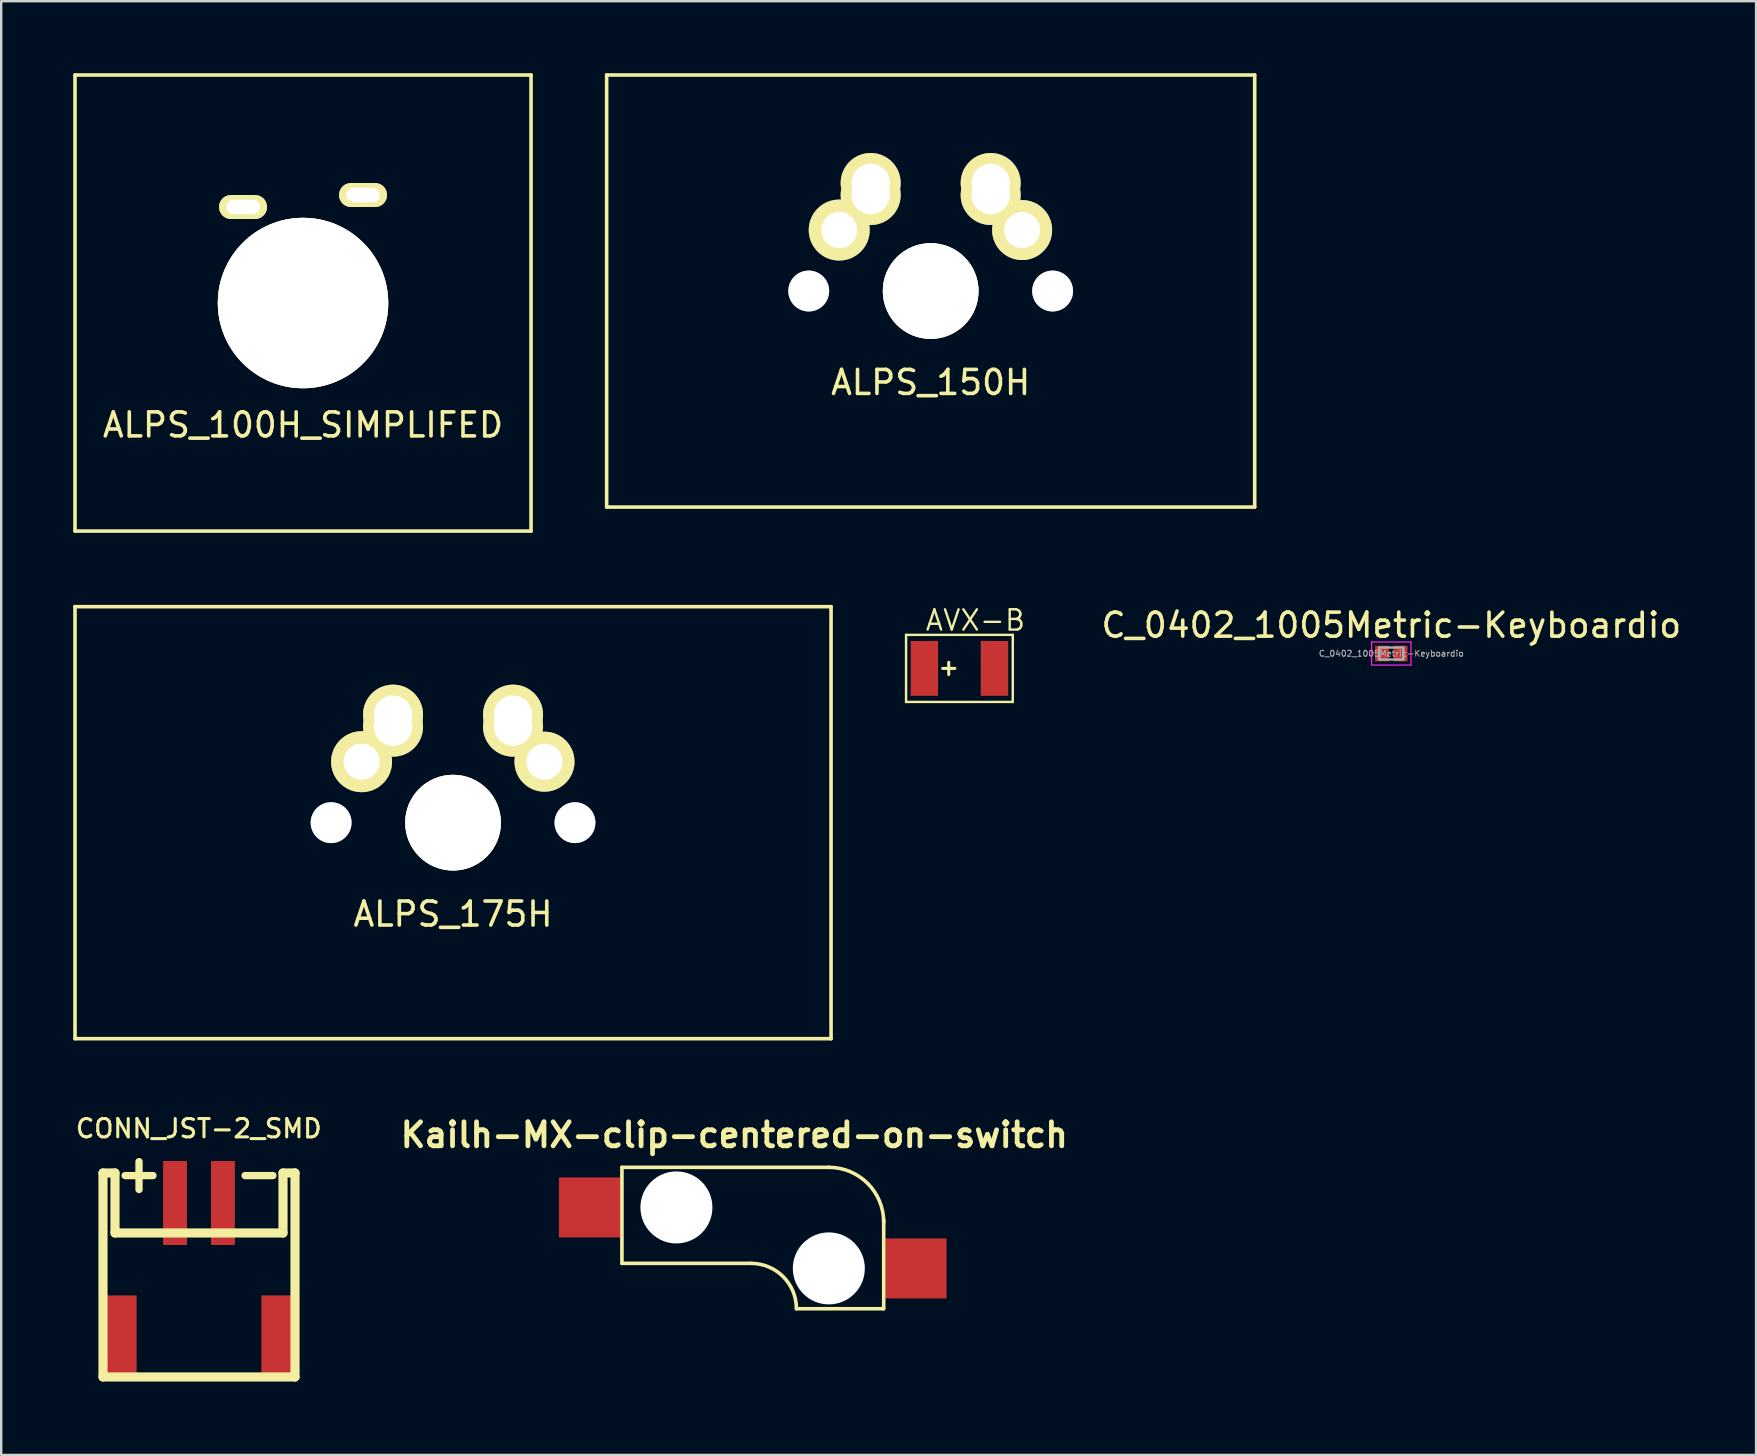
<source format=kicad_pcb>
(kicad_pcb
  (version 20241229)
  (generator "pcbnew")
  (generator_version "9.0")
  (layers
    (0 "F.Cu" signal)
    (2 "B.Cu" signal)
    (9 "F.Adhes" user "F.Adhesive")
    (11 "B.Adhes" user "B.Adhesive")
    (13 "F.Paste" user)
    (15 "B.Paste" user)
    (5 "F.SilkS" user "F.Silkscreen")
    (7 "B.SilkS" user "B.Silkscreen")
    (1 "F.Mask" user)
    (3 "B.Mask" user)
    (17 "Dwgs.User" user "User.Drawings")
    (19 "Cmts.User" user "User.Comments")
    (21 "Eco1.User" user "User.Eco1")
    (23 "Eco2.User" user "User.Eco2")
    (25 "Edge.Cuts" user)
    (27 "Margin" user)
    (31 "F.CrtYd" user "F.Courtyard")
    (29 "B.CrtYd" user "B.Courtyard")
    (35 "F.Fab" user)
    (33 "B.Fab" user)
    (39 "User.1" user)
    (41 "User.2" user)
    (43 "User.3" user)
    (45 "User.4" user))
  (footprint "ALPS_175H"
    (layer "F.Cu")
    (at 15.825 31.225)
    (property "Reference" "ALPS_175H" (at 0 3.81 0) (layer "F.SilkS") (effects (font (size 1 1) (thickness 0.15))))
    (attr through_hole)
    (fp_line (start -15.75 9) (end -15.75 -9) (stroke (width 0.15) (type solid)) (layer "F.SilkS"))
    (fp_line (start -15.75 9) (end 15.75 9) (stroke (width 0.15) (type solid)) (layer "F.SilkS"))
    (fp_line (start 15.75 -9) (end -15.75 -9) (stroke (width 0.15) (type solid)) (layer "F.SilkS"))
    (fp_line (start 15.75 -9) (end 15.75 9) (stroke (width 0.15) (type solid)) (layer "F.SilkS"))
    (fp_line (start -7.75 -6.4) (end 7.75 -6.4) (stroke (width 0.15) (type solid)) (layer "Eco1.User"))
    (fp_line (start -7.75 6.4) (end -7.75 -6.4) (stroke (width 0.15) (type solid)) (layer "Eco1.User"))
    (fp_line (start 7.75 -6.4) (end 7.75 6.4) (stroke (width 0.15) (type solid)) (layer "Eco1.User"))
    (fp_line (start 7.75 6.4) (end -7.75 6.4) (stroke (width 0.15) (type solid)) (layer "Eco1.User"))
    (pad "0" thru_hole circle (at -5.08 0) (size 1.702 1.702) (drill 1.702) (layers "*.Cu"))
    (pad "0" thru_hole circle (at 0 0) (size 3.988 3.988) (drill 3.987) (layers "*.Cu" "*.Mask" "F.SilkS"))
    (pad "0" thru_hole circle (at 5.08 0) (size 1.702 1.702) (drill 1.702) (layers "*.Cu"))
    (pad "1" thru_hole circle (at 2.5 -4.5) (size 2.5 2.5) (drill 1.6) (layers "*.Cu" "*.Mask" "F.SilkS"))
    (pad "1" thru_hole circle (at 2.5 -4) (size 2.5 2.5) (drill 1.6) (layers "*.Cu" "*.Mask" "F.SilkS"))
    (pad "1" thru_hole circle (at 3.81 -2.54) (size 2.5 2.5) (drill 1.5) (layers "*.Cu" "*.Mask" "F.SilkS"))
    (pad "2" thru_hole circle (at -3.81 -2.54) (size 2.54 2.54) (drill 1.5) (layers "*.Cu" "*.Mask" "F.SilkS"))
    (pad "2" thru_hole circle (at -2.5 -4.5) (size 2.5 2.5) (drill 1.6) (layers "*.Cu" "*.Mask" "F.SilkS"))
    (pad "2" thru_hole circle (at -2.5 -4) (size 2.5 2.5) (drill 1.6) (layers "*.Cu" "*.Mask" "F.SilkS")))
  (footprint "CONN_JST-2_SMD"
    (layer "F.Cu")
    (at 5.241 54.319)
    (property "Reference" "CONN_JST-2_SMD" (at -0.01 -10.35 0) (layer "F.SilkS") (effects (font (size 0.762 0.762) (thickness 0.127))))
    (attr through_hole)
    (fp_line (start -4 -8.499) (end -4 0) (stroke (width 0.381) (type solid)) (layer "F.SilkS"))
    (fp_line (start -4 0) (end 4 0) (stroke (width 0.381) (type solid)) (layer "F.SilkS"))
    (fp_line (start -3.5 -8.499) (end -4 -8.499) (stroke (width 0.381) (type solid)) (layer "F.SilkS"))
    (fp_line (start -3.5 -5.999) (end -3.5 -8.499) (stroke (width 0.381) (type solid)) (layer "F.SilkS"))
    (fp_line (start 3.5 -8.499) (end 3.5 -5.999) (stroke (width 0.381) (type solid)) (layer "F.SilkS"))
    (fp_line (start 3.5 -5.999) (end -3.5 -5.999) (stroke (width 0.381) (type solid)) (layer "F.SilkS"))
    (fp_line (start 4 -8.499) (end 3.5 -8.499) (stroke (width 0.381) (type solid)) (layer "F.SilkS"))
    (fp_line (start 4 0) (end 4 -8.499) (stroke (width 0.381) (type solid)) (layer "F.SilkS"))
    (fp_text user "-" (at 2.499 -8.499 0) (layer "F.SilkS") (effects (font (size 1.524 1.524) (thickness 0.305))))
    (fp_text user "+" (at -2.499 -8.499 0) (layer "F.SilkS") (effects (font (size 1.524 1.524) (thickness 0.305))))
    (pad "" smd rect (at -3.348 -1.699) (size 1.499 3.396) (layers "F.Cu" "F.Mask" "F.Paste"))
    (pad "" smd rect (at 3.348 -1.699) (size 1.499 3.396) (layers "F.Cu" "F.Mask" "F.Paste"))
    (pad "1" smd rect (at -0.998 -7.249) (size 0.996 3.498) (layers "F.Cu" "F.Mask" "F.Paste"))
    (pad "2" smd rect (at 0.998 -7.249) (size 0.996 3.498) (layers "F.Cu" "F.Mask" "F.Paste")))
  (footprint "ALPS_100H_SIMPLIFED"
    (layer "F.Cu")
    (at 9.575 9.575)
    (property "Reference" "ALPS_100H_SIMPLIFED" (at 0 5.08 0) (layer "F.SilkS") (effects (font (size 1 1) (thickness 0.15))))
    (attr through_hole)
    (fp_line (start -9.5 9.5) (end -9.5 -9.5) (stroke (width 0.15) (type solid)) (layer "F.SilkS"))
    (fp_line (start -9.5 9.5) (end 9.5 9.5) (stroke (width 0.15) (type solid)) (layer "F.SilkS"))
    (fp_line (start 9.5 -9.5) (end -9.5 -9.5) (stroke (width 0.15) (type solid)) (layer "F.SilkS"))
    (fp_line (start 9.5 -9.5) (end 9.5 9.5) (stroke (width 0.15) (type solid)) (layer "F.SilkS"))
    (fp_line (start -7.75 -6.4) (end 7.75 -6.4) (stroke (width 0.15) (type solid)) (layer "Eco1.User"))
    (fp_line (start -7.75 6.4) (end -7.75 -6.4) (stroke (width 0.15) (type solid)) (layer "Eco1.User"))
    (fp_line (start 7.75 -6.4) (end 7.75 6.4) (stroke (width 0.15) (type solid)) (layer "Eco1.User"))
    (fp_line (start 7.75 6.4) (end -7.75 6.4) (stroke (width 0.15) (type solid)) (layer "Eco1.User"))
    (pad "0" thru_hole circle (at 0 0) (size 7.1 7.1) (drill 7.1) (layers "*.Cu" "*.Mask" "F.SilkS"))
    (pad "1" thru_hole oval (at 2.5 -4.5) (size 2 1) (drill oval 1.4 0.6) (layers "*.Cu" "*.Mask" "F.SilkS"))
    (pad "2" thru_hole oval (at -2.5 -4) (size 2 1) (drill oval 1.4 0.6) (layers "*.Cu" "*.Mask" "F.SilkS")))
  (footprint "ALPS_150H"
    (layer "F.Cu")
    (at 35.725 9.075)
    (property "Reference" "ALPS_150H" (at 0 3.81 0) (layer "F.SilkS") (effects (font (size 1 1) (thickness 0.15))))
    (attr through_hole)
    (fp_line (start -13.5 9) (end -13.5 -9) (stroke (width 0.15) (type solid)) (layer "F.SilkS"))
    (fp_line (start -13.5 9) (end 13.5 9) (stroke (width 0.15) (type solid)) (layer "F.SilkS"))
    (fp_line (start 13.5 -9) (end -13.5 -9) (stroke (width 0.15) (type solid)) (layer "F.SilkS"))
    (fp_line (start 13.5 -9) (end 13.5 9) (stroke (width 0.15) (type solid)) (layer "F.SilkS"))
    (fp_line (start -7.75 -6.4) (end 7.75 -6.4) (stroke (width 0.15) (type solid)) (layer "Eco1.User"))
    (fp_line (start -7.75 6.4) (end -7.75 -6.4) (stroke (width 0.15) (type solid)) (layer "Eco1.User"))
    (fp_line (start 7.75 -6.4) (end 7.75 6.4) (stroke (width 0.15) (type solid)) (layer "Eco1.User"))
    (fp_line (start 7.75 6.4) (end -7.75 6.4) (stroke (width 0.15) (type solid)) (layer "Eco1.User"))
    (pad "0" thru_hole circle (at -5.08 0) (size 1.702 1.702) (drill 1.702) (layers "*.Cu"))
    (pad "0" thru_hole circle (at 0 0) (size 3.988 3.988) (drill 3.987) (layers "*.Cu" "*.Mask" "F.SilkS"))
    (pad "0" thru_hole circle (at 5.08 0) (size 1.702 1.702) (drill 1.702) (layers "*.Cu"))
    (pad "1" thru_hole circle (at 2.5 -4.5) (size 2.5 2.5) (drill 1.6) (layers "*.Cu" "*.Mask" "F.SilkS"))
    (pad "1" thru_hole circle (at 2.5 -4) (size 2.5 2.5) (drill 1.6) (layers "*.Cu" "*.Mask" "F.SilkS"))
    (pad "1" thru_hole circle (at 3.81 -2.54) (size 2.5 2.5) (drill 1.5) (layers "*.Cu" "*.Mask" "F.SilkS"))
    (pad "2" thru_hole circle (at -3.81 -2.54) (size 2.54 2.54) (drill 1.5) (layers "*.Cu" "*.Mask" "F.SilkS"))
    (pad "2" thru_hole circle (at -2.5 -4.5) (size 2.5 2.5) (drill 1.6) (layers "*.Cu" "*.Mask" "F.SilkS"))
    (pad "2" thru_hole circle (at -2.5 -4) (size 2.5 2.5) (drill 1.6) (layers "*.Cu" "*.Mask" "F.SilkS")))
  (footprint "C_0402_1005Metric-Keyboardio"
    (layer "F.Cu")
    (at 54.917 24.178)
    (property "Reference" "C_0402_1005Metric-Keyboardio" (at 0 -1.18 0) (layer "F.SilkS") (effects (font (size 1 1) (thickness 0.15))))
    (attr smd)
    (fp_line (start -0.82 -0.48) (end 0.82 -0.48) (stroke (width 0.05) (type solid)) (layer "F.CrtYd"))
    (fp_line (start -0.82 0.48) (end -0.82 -0.48) (stroke (width 0.05) (type solid)) (layer "F.CrtYd"))
    (fp_line (start 0.82 -0.48) (end 0.82 0.48) (stroke (width 0.05) (type solid)) (layer "F.CrtYd"))
    (fp_line (start 0.82 0.48) (end -0.82 0.48) (stroke (width 0.05) (type solid)) (layer "F.CrtYd"))
    (fp_line (start -0.5 -0.25) (end 0.5 -0.25) (stroke (width 0.1) (type solid)) (layer "F.Fab"))
    (fp_line (start -0.5 0.25) (end -0.5 -0.25) (stroke (width 0.1) (type solid)) (layer "F.Fab"))
    (fp_line (start 0.5 -0.25) (end 0.5 0.25) (stroke (width 0.1) (type solid)) (layer "F.Fab"))
    (fp_line (start 0.5 0.25) (end -0.5 0.25) (stroke (width 0.1) (type solid)) (layer "F.Fab"))
    (fp_text user "${REFERENCE}" (at 0 0 0) (layer "F.Fab") (effects (font (size 0.25 0.25) (thickness 0.04))))
    (pad "1" smd rect (at -0.388 0) (size 0.575 0.65) (layers "F.Cu" "F.Mask" "F.Paste"))
    (pad "2" smd rect (at 0.388 0) (size 0.575 0.65) (layers "F.Cu" "F.Mask" "F.Paste")))
  (footprint "AVX-B"
    (layer "F.Cu")
    (at 36.923 24.798)
    (property "Reference" "AVX-B" (at -1.47 -1.51 0) (layer "F.SilkS") (effects (font (size 0.845 0.845) (thickness 0.098)) (justify left bottom)))
    (attr through_hole)
    (fp_line (start -2.223 -1.397) (end 2.223 -1.397) (stroke (width 0.102) (type solid)) (layer "F.SilkS"))
    (fp_line (start -2.223 1.397) (end -2.223 -1.397) (stroke (width 0.102) (type solid)) (layer "F.SilkS"))
    (fp_line (start -0.699 0) (end -0.191 0) (stroke (width 0.127) (type solid)) (layer "F.SilkS"))
    (fp_line (start -0.445 0.254) (end -0.445 -0.254) (stroke (width 0.127) (type solid)) (layer "F.SilkS"))
    (fp_line (start 2.223 -1.397) (end 2.223 1.397) (stroke (width 0.102) (type solid)) (layer "F.SilkS"))
    (fp_line (start 2.223 1.397) (end -2.223 1.397) (stroke (width 0.102) (type solid)) (layer "F.SilkS"))
    (pad "+" smd rect (at -1.46 0) (size 1.143 2.286) (layers "F.Cu" "F.Mask" "F.Paste"))
    (pad "-" smd rect (at 1.46 0 180) (size 1.143 2.286) (layers "F.Cu" "F.Mask" "F.Paste")))
  (footprint "Kailh-MX-clip-centered-on-switch"
    (layer "F.Cu")
    (at 27.672 52.336)
    (property "Reference" "Kailh-MX-clip-centered-on-switch" (at -0.13 -8.1 0) (layer "F.SilkS") (effects (font (size 1 1) (thickness 0.2))))
    (attr through_hole)
    (fp_line (start -4.81 -6.75) (end -4.81 -2.75) (stroke (width 0.15) (type solid)) (layer "F.SilkS"))
    (fp_line (start -4.81 -6.75) (end 3.81 -6.75) (stroke (width 0.15) (type solid)) (layer "F.SilkS"))
    (fp_line (start -4.81 -2.75) (end 0.55 -2.75) (stroke (width 0.15) (type solid)) (layer "F.SilkS"))
    (fp_line (start 6.088 -0.86) (end 2.46 -0.86) (stroke (width 0.15) (type solid)) (layer "F.SilkS"))
    (fp_line (start 6.096 -4.572) (end 6.096 -0.86) (stroke (width 0.15) (type solid)) (layer "F.SilkS"))
    (fp_arc (start 0.57 -2.75) (mid 1.906432 -2.196432) (end 2.46 -0.86) (stroke (width 0.15) (type solid)) (layer "F.SilkS"))
    (fp_arc (start 3.81 -6.751) (mid 5.426446 -6.081446) (end 6.096 -4.465) (stroke (width 0.15) (type solid)) (layer "F.SilkS"))
    (pad "" np_thru_hole circle (at -2.54 -5.08) (size 3 3) (drill 3) (layers "*.Cu" "*.Mask"))
    (pad "" np_thru_hole circle (at 3.81 -2.54) (size 3 3) (drill 3) (layers "*.Cu" "*.Mask"))
    (pad "1" smd rect (at -6.16 -5.08) (size 2.55 2.5) (layers "F.Cu" "F.Mask" "F.Paste"))
    (pad "2" smd rect (at 7.44 -2.54) (size 2.55 2.5) (layers "F.Cu" "F.Mask" "F.Paste")))
  (gr_rect
    (start -3 -3)
    (end 70.113 57.569)
    (stroke (width 0.1) (type default))
    (fill no)
    (layer "Edge.Cuts")))
</source>
